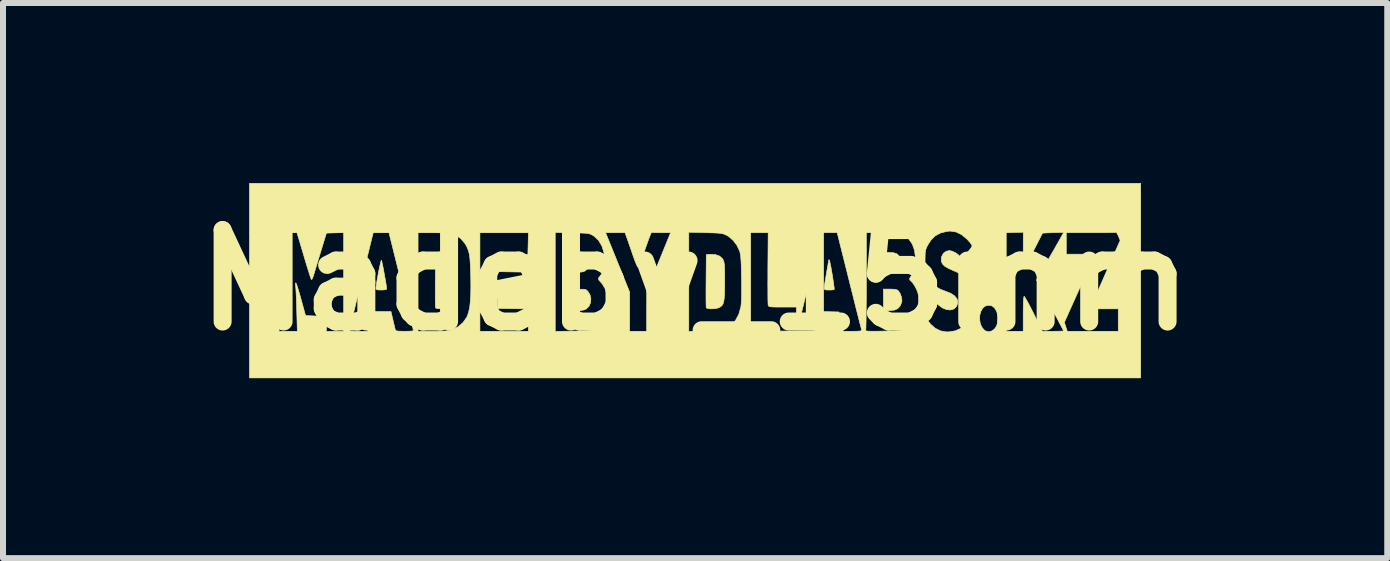
<source format=kicad_pcb>
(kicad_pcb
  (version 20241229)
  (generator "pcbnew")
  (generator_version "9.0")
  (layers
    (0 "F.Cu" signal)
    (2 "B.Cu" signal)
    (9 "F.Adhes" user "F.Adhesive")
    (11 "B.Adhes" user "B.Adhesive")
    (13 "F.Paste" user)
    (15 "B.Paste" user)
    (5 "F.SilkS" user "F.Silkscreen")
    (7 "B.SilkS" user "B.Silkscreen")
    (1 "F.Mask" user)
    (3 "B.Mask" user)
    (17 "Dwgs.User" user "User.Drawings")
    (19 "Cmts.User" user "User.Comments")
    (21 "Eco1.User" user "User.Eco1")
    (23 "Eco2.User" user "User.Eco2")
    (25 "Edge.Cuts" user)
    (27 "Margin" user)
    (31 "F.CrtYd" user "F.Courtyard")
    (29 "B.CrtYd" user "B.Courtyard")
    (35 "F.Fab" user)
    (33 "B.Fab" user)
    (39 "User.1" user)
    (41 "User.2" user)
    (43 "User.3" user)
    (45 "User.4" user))
  (footprint "Madeby_15mm"
    (layer "F.Cu")
    (at 8.534 1.619)
    (property "Reference" "Madeby_15mm" (at 0 0 0) (layer "F.SilkS") (effects (font (size 1.524 1.524) (thickness 0.3))))
    (attr through_hole)
    (fp_poly (pts (xy 3.304 -0.458) (xy 3.359 -0.441) (xy 3.394 -0.411) (xy 3.407 -0.386) (xy 3.419 -0.329) (xy 3.415 -0.264) (xy 3.398 -0.205) (xy 3.376 -0.171) (xy 3.353 -0.151) (xy 3.326 -0.14) (xy 3.286 -0.135) (xy 3.24 -0.134) (xy 3.138 -0.134) (xy 3.138 -0.463) (xy 3.227 -0.463) (xy 3.304 -0.458)) (stroke (width 0.01) (type solid)) (fill yes) (layer "F.SilkS"))
    (fp_poly (pts (xy 3.309 0.151) (xy 3.348 0.156) (xy 3.373 0.166) (xy 3.391 0.182) (xy 3.419 0.226) (xy 3.439 0.282) (xy 3.447 0.337) (xy 3.444 0.363) (xy 3.418 0.429) (xy 3.379 0.473) (xy 3.324 0.498) (xy 3.248 0.508) (xy 3.228 0.508) (xy 3.138 0.508) (xy 3.138 0.149) (xy 3.249 0.149) (xy 3.309 0.151)) (stroke (width 0.01) (type solid)) (fill yes) (layer "F.SilkS"))
    (fp_poly (pts (xy -1.841 0.153) (xy -1.816 0.161) (xy -1.796 0.177) (xy -1.786 0.188) (xy -1.751 0.245) (xy -1.737 0.31) (xy -1.743 0.376) (xy -1.768 0.435) (xy -1.812 0.479) (xy -1.812 0.479) (xy -1.86 0.498) (xy -1.916 0.508) (xy -1.972 0.509) (xy -2.018 0.499) (xy -2.046 0.48) (xy -2.047 0.478) (xy -2.054 0.449) (xy -2.058 0.398) (xy -2.059 0.332) (xy -2.059 0.303) (xy -2.054 0.157) (xy -1.938 0.153) (xy -1.879 0.151) (xy -1.841 0.153)) (stroke (width 0.01) (type solid)) (fill yes) (layer "F.SilkS"))
    (fp_poly (pts (xy -1.875 -0.457) (xy -1.819 -0.437) (xy -1.784 -0.401) (xy -1.766 -0.344) (xy -1.763 -0.29) (xy -1.768 -0.239) (xy -1.785 -0.202) (xy -1.807 -0.178) (xy -1.834 -0.154) (xy -1.862 -0.141) (xy -1.9 -0.135) (xy -1.947 -0.134) (xy -2 -0.135) (xy -2.03 -0.14) (xy -2.045 -0.151) (xy -2.052 -0.168) (xy -2.058 -0.203) (xy -2.061 -0.255) (xy -2.061 -0.315) (xy -2.06 -0.373) (xy -2.057 -0.418) (xy -2.053 -0.44) (xy -2.039 -0.454) (xy -2.007 -0.461) (xy -1.956 -0.463) (xy -1.875 -0.457)) (stroke (width 0.01) (type solid)) (fill yes) (layer "F.SilkS"))
    (fp_poly (pts (xy -5.222 -0.316) (xy -5.213 -0.275) (xy -5.201 -0.218) (xy -5.188 -0.149) (xy -5.175 -0.076) (xy -5.162 -0.004) (xy -5.151 0.061) (xy -5.143 0.113) (xy -5.14 0.144) (xy -5.14 0.148) (xy -5.154 0.158) (xy -5.194 0.163) (xy -5.229 0.164) (xy -5.28 0.163) (xy -5.308 0.157) (xy -5.318 0.146) (xy -5.319 0.139) (xy -5.316 0.108) (xy -5.309 0.058) (xy -5.299 -0.005) (xy -5.286 -0.075) (xy -5.273 -0.147) (xy -5.259 -0.214) (xy -5.246 -0.271) (xy -5.236 -0.313) (xy -5.229 -0.332) (xy -5.228 -0.333) (xy -5.222 -0.316)) (stroke (width 0.01) (type solid)) (fill yes) (layer "F.SilkS"))
    (fp_poly (pts (xy 2.236 -0.339) (xy 2.242 -0.321) (xy 2.251 -0.28) (xy 2.263 -0.222) (xy 2.275 -0.154) (xy 2.288 -0.079) (xy 2.299 -0.006) (xy 2.309 0.06) (xy 2.316 0.113) (xy 2.319 0.147) (xy 2.318 0.157) (xy 2.3 0.161) (xy 2.262 0.164) (xy 2.231 0.164) (xy 2.185 0.163) (xy 2.161 0.158) (xy 2.153 0.144) (xy 2.152 0.13) (xy 2.154 0.103) (xy 2.161 0.053) (xy 2.172 -0.013) (xy 2.185 -0.089) (xy 2.189 -0.113) (xy 2.202 -0.189) (xy 2.214 -0.254) (xy 2.222 -0.304) (xy 2.226 -0.331) (xy 2.226 -0.335) (xy 2.233 -0.341) (xy 2.236 -0.339)) (stroke (width 0.01) (type solid)) (fill yes) (layer "F.SilkS"))
    (fp_poly (pts (xy -4.234 -0.426) (xy -4.178 -0.422) (xy -4.129 -0.414) (xy -4.104 -0.405) (xy -4.078 -0.388) (xy -4.057 -0.366) (xy -4.042 -0.336) (xy -4.032 -0.293) (xy -4.025 -0.235) (xy -4.021 -0.156) (xy -4.019 -0.054) (xy -4.019 0.021) (xy -4.02 0.141) (xy -4.022 0.235) (xy -4.027 0.306) (xy -4.036 0.359) (xy -4.048 0.397) (xy -4.065 0.424) (xy -4.088 0.444) (xy -4.107 0.455) (xy -4.146 0.468) (xy -4.196 0.476) (xy -4.248 0.478) (xy -4.293 0.474) (xy -4.321 0.465) (xy -4.326 0.459) (xy -4.328 0.44) (xy -4.329 0.395) (xy -4.33 0.328) (xy -4.33 0.242) (xy -4.33 0.143) (xy -4.33 0.033) (xy -4.329 0.007) (xy -4.325 -0.426) (xy -4.234 -0.426)) (stroke (width 0.01) (type solid)) (fill yes) (layer "F.SilkS"))
    (fp_poly (pts (xy 0.34 -0.426) (xy 0.409 -0.401) (xy 0.457 -0.358) (xy 0.465 -0.344) (xy 0.475 -0.323) (xy 0.482 -0.298) (xy 0.487 -0.265) (xy 0.49 -0.219) (xy 0.492 -0.155) (xy 0.493 -0.07) (xy 0.493 0.019) (xy 0.492 0.139) (xy 0.49 0.233) (xy 0.485 0.305) (xy 0.477 0.358) (xy 0.465 0.396) (xy 0.448 0.423) (xy 0.425 0.443) (xy 0.405 0.455) (xy 0.366 0.468) (xy 0.316 0.476) (xy 0.264 0.478) (xy 0.219 0.474) (xy 0.191 0.465) (xy 0.186 0.459) (xy 0.184 0.44) (xy 0.183 0.395) (xy 0.182 0.328) (xy 0.182 0.242) (xy 0.182 0.143) (xy 0.183 0.033) (xy 0.183 0.007) (xy 0.187 -0.426) (xy 0.254 -0.43) (xy 0.34 -0.426)) (stroke (width 0.01) (type solid)) (fill yes) (layer "F.SilkS"))
    (fp_poly (pts (xy 7.426 1.629) (xy -7.426 1.629) (xy -7.426 0.854) (xy -2.331 0.854) (xy -2.036 0.849) (xy -1.933 0.847) (xy -1.855 0.844) (xy -1.798 0.841) (xy -1.756 0.837) (xy -1.725 0.83) (xy -1.7 0.821) (xy -1.681 0.812) (xy -1.601 0.756) (xy -1.54 0.682) (xy -1.496 0.587) (xy -1.466 0.469) (xy -1.465 0.458) (xy -1.457 0.346) (xy -1.47 0.238) (xy -1.5 0.141) (xy -1.548 0.061) (xy -1.575 0.031) (xy -1.606 -0.004) (xy -1.611 -0.032) (xy -1.591 -0.06) (xy -1.585 -0.066) (xy -1.553 -0.112) (xy -1.528 -0.18) (xy -1.513 -0.264) (xy -1.509 -0.339) (xy -1.52 -0.463) (xy -1.554 -0.571) (xy -1.608 -0.662) (xy -1.682 -0.732) (xy -1.71 -0.75) (xy -1.733 -0.762) (xy -1.757 -0.771) (xy -1.787 -0.778) (xy -1.827 -0.782) (xy -1.883 -0.785) (xy -1.959 -0.788) (xy -2.051 -0.789) (xy -2.198 -0.792) (xy -1.492 -0.792) (xy -1.291 -0.297) (xy -1.091 0.199) (xy -1.091 0.852) (xy -0.807 0.852) (xy -0.807 0.519) (xy -0.806 0.187) (xy -0.607 -0.303) (xy -0.408 -0.792) (xy -0.562 -0.792) (xy -0.628 -0.792) (xy -0.681 -0.793) (xy -0.716 -0.794) (xy -0.726 -0.796) (xy -0.734 -0.783) (xy -0.749 -0.747) (xy -0.771 -0.69) (xy -0.797 -0.617) (xy -0.827 -0.533) (xy -0.835 -0.509) (xy -0.865 -0.422) (xy -0.894 -0.344) (xy -0.918 -0.281) (xy -0.937 -0.237) (xy -0.948 -0.215) (xy -0.949 -0.214) (xy -0.96 -0.225) (xy -0.977 -0.26) (xy -0.999 -0.312) (xy -1.022 -0.376) (xy -1.023 -0.377) (xy -1.051 -0.459) (xy -1.081 -0.546) (xy -1.109 -0.626) (xy -1.124 -0.669) (xy -1.168 -0.792) (xy -1.492 -0.792) (xy -2.198 -0.792) (xy -2.331 -0.794) (xy -2.331 0.854) (xy -7.426 0.854) (xy -7.426 -0.792) (xy -6.933 -0.792) (xy -6.933 0.852) (xy -6.629 0.852) (xy -6.639 0.497) (xy -6.642 0.394) (xy -6.645 0.299) (xy -6.649 0.216) (xy -6.653 0.15) (xy -6.656 0.106) (xy -6.658 0.093) (xy -6.661 0.061) (xy -6.656 0.045) (xy -6.654 0.045) (xy -6.646 0.059) (xy -6.632 0.097) (xy -6.614 0.155) (xy -6.592 0.229) (xy -6.568 0.313) (xy -6.567 0.318) (xy -6.492 0.59) (xy -6.291 0.599) (xy -6.269 0.52) (xy -6.257 0.475) (xy -6.239 0.41) (xy -6.218 0.333) (xy -6.196 0.251) (xy -6.192 0.239) (xy -6.172 0.166) (xy -6.155 0.104) (xy -6.141 0.058) (xy -6.133 0.034) (xy -6.132 0.031) (xy -6.131 0.044) (xy -6.131 0.083) (xy -6.131 0.144) (xy -6.132 0.224) (xy -6.134 0.319) (xy -6.136 0.425) (xy -6.136 0.439) (xy -6.146 0.852) (xy -5.857 0.852) (xy -5.857 0.837) (xy -5.762 0.837) (xy -5.754 0.845) (xy -5.73 0.849) (xy -5.687 0.851) (xy -5.619 0.852) (xy -5.613 0.852) (xy -5.457 0.852) (xy -5.448 0.795) (xy -5.44 0.752) (xy -5.428 0.692) (xy -5.415 0.631) (xy -5.391 0.523) (xy -5.068 0.523) (xy -5.036 0.661) (xy -5.021 0.724) (xy -5.008 0.779) (xy -4.999 0.816) (xy -4.996 0.826) (xy -4.989 0.838) (xy -4.972 0.845) (xy -4.94 0.85) (xy -4.888 0.851) (xy -4.838 0.852) (xy -4.617 0.852) (xy -4.37 0.852) (xy -4.272 0.851) (xy -4.199 0.849) (xy -4.143 0.845) (xy -4.099 0.839) (xy -4.061 0.829) (xy -4.038 0.822) (xy -3.946 0.775) (xy -3.867 0.705) (xy -3.807 0.62) (xy -3.795 0.595) (xy -3.774 0.532) (xy -3.757 0.454) (xy -3.746 0.359) (xy -3.739 0.243) (xy -3.737 0.103) (xy -3.739 -0.064) (xy -3.739 -0.067) (xy -3.743 -0.193) (xy -3.748 -0.294) (xy -3.754 -0.374) (xy -3.764 -0.438) (xy -3.778 -0.492) (xy -3.796 -0.539) (xy -3.819 -0.584) (xy -3.839 -0.616) (xy -3.905 -0.693) (xy -3.99 -0.75) (xy -4.058 -0.775) (xy -4.092 -0.781) (xy -4.151 -0.786) (xy -4.225 -0.789) (xy -4.311 -0.791) (xy -4.367 -0.792) (xy -4.617 -0.792) (xy -3.586 -0.792) (xy -3.586 0.852) (xy -2.779 0.852) (xy -2.779 0.479) (xy -3.295 0.471) (xy -3.295 0.217) (xy -3.059 0.213) (xy -2.824 0.208) (xy -2.824 -0.134) (xy -3.059 -0.138) (xy -3.295 -0.142) (xy -3.295 -0.411) (xy -3.041 -0.418) (xy -2.787 -0.426) (xy -2.782 -0.609) (xy -2.778 -0.792) (xy -3.586 -0.792) (xy -4.617 -0.792) (xy -4.617 0.852) (xy -4.838 0.852) (xy -4.767 0.851) (xy -4.722 0.848) (xy -4.699 0.842) (xy -4.695 0.833) (xy -4.7 0.815) (xy -4.711 0.771) (xy -4.728 0.704) (xy -4.751 0.615) (xy -4.778 0.509) (xy -4.808 0.386) (xy -4.842 0.251) (xy -4.878 0.106) (xy -4.902 0.011) (xy -5.102 -0.792) (xy -5.363 -0.792) (xy -5.378 -0.736) (xy -5.384 -0.711) (xy -5.397 -0.659) (xy -5.415 -0.585) (xy -5.438 -0.491) (xy -5.466 -0.379) (xy -5.496 -0.254) (xy -5.53 -0.118) (xy -5.565 0.027) (xy -5.573 0.06) (xy -5.608 0.204) (xy -5.642 0.34) (xy -5.672 0.466) (xy -5.7 0.576) (xy -5.723 0.671) (xy -5.741 0.745) (xy -5.754 0.797) (xy -5.761 0.823) (xy -5.761 0.826) (xy -5.762 0.837) (xy -5.857 0.837) (xy -5.857 -0.793) (xy -6.001 -0.789) (xy -6.144 -0.784) (xy -6.24 -0.471) (xy -6.27 -0.373) (xy -6.298 -0.28) (xy -6.323 -0.198) (xy -6.343 -0.131) (xy -6.357 -0.085) (xy -6.359 -0.077) (xy -6.374 -0.036) (xy -6.387 -0.012) (xy -6.394 -0.01) (xy -6.402 -0.028) (xy -6.417 -0.069) (xy -6.436 -0.13) (xy -6.46 -0.205) (xy -6.484 -0.284) (xy -6.512 -0.378) (xy -6.54 -0.473) (xy -6.566 -0.56) (xy -6.587 -0.632) (xy -6.598 -0.669) (xy -6.636 -0.792) (xy -6.933 -0.792) (xy -7.426 -0.792) (xy -7.426 -0.799) (xy -0.105 -0.799) (xy -0.105 0.027) (xy -0.105 0.854) (xy 0.168 0.849) (xy 0.268 0.846) (xy 0.344 0.843) (xy 0.4 0.839) (xy 0.442 0.833) (xy 0.474 0.825) (xy 0.502 0.815) (xy 0.508 0.812) (xy 0.598 0.754) (xy 0.672 0.673) (xy 0.727 0.572) (xy 0.761 0.452) (xy 0.763 0.444) (xy 0.769 0.388) (xy 0.773 0.305) (xy 0.775 0.195) (xy 0.775 0.061) (xy 0.774 -0.032) (xy 0.771 -0.155) (xy 0.769 -0.251) (xy 0.765 -0.326) (xy 0.761 -0.383) (xy 0.756 -0.427) (xy 0.749 -0.461) (xy 0.741 -0.488) (xy 0.696 -0.582) (xy 0.633 -0.664) (xy 0.56 -0.728) (xy 0.53 -0.745) (xy 0.503 -0.759) (xy 0.476 -0.769) (xy 0.445 -0.777) (xy 0.405 -0.782) (xy 0.351 -0.786) (xy 0.278 -0.789) (xy 0.18 -0.792) (xy 0.176 -0.792) (xy 0.926 -0.792) (xy 0.926 0.852) (xy 1.467 0.848) (xy 2.007 0.844) (xy 2.034 0.717) (xy 2.048 0.655) (xy 2.059 0.6) (xy 2.068 0.563) (xy 2.069 0.556) (xy 2.074 0.541) (xy 2.084 0.531) (xy 2.104 0.526) (xy 2.14 0.524) (xy 2.198 0.525) (xy 2.237 0.526) (xy 2.397 0.53) (xy 2.47 0.852) (xy 2.626 0.852) (xy 2.699 0.851) (xy 2.746 0.848) (xy 2.77 0.842) (xy 2.773 0.838) (xy 2.843 0.838) (xy 2.849 0.844) (xy 2.867 0.848) (xy 2.899 0.85) (xy 2.949 0.851) (xy 3.022 0.851) (xy 3.12 0.849) (xy 3.139 0.849) (xy 3.244 0.847) (xy 3.323 0.845) (xy 3.382 0.842) (xy 3.425 0.837) (xy 3.456 0.831) (xy 3.481 0.823) (xy 3.504 0.812) (xy 3.505 0.811) (xy 3.59 0.75) (xy 3.655 0.667) (xy 3.691 0.58) (xy 3.811 0.58) (xy 3.849 0.637) (xy 3.925 0.734) (xy 4.004 0.803) (xy 4.089 0.845) (xy 4.184 0.862) (xy 4.238 0.861) (xy 4.333 0.845) (xy 4.408 0.813) (xy 4.502 0.747) (xy 4.572 0.663) (xy 4.574 0.659) (xy 4.742 0.659) (xy 4.755 0.731) (xy 4.782 0.789) (xy 4.825 0.838) (xy 4.877 0.859) (xy 4.933 0.852) (xy 4.987 0.818) (xy 5.024 0.764) (xy 5.044 0.694) (xy 5.047 0.615) (xy 5.031 0.537) (xy 5.021 0.513) (xy 4.987 0.458) (xy 4.945 0.428) (xy 4.887 0.418) (xy 4.886 0.418) (xy 4.834 0.432) (xy 4.792 0.468) (xy 4.762 0.522) (xy 4.744 0.587) (xy 4.742 0.659) (xy 4.574 0.659) (xy 4.621 0.561) (xy 4.646 0.44) (xy 4.652 0.351) (xy 4.645 0.222) (xy 4.622 0.116) (xy 4.581 0.029) (xy 4.518 -0.042) (xy 4.431 -0.102) (xy 4.318 -0.154) (xy 4.315 -0.155) (xy 4.224 -0.195) (xy 4.16 -0.232) (xy 4.121 -0.272) (xy 4.103 -0.316) (xy 4.104 -0.369) (xy 4.11 -0.395) (xy 4.139 -0.448) (xy 4.186 -0.482) (xy 4.237 -0.493) (xy 4.284 -0.483) (xy 4.339 -0.457) (xy 4.388 -0.423) (xy 4.416 -0.393) (xy 4.438 -0.359) (xy 4.527 -0.452) (xy 4.568 -0.497) (xy 4.598 -0.537) (xy 4.615 -0.565) (xy 4.616 -0.571) (xy 4.607 -0.593) (xy 4.58 -0.629) (xy 4.542 -0.672) (xy 4.531 -0.684) (xy 4.442 -0.758) (xy 4.376 -0.79) (xy 5.185 -0.79) (xy 5.185 0.852) (xy 5.468 0.852) (xy 5.468 0.56) (xy 5.469 0.452) (xy 5.471 0.367) (xy 5.475 0.307) (xy 5.48 0.275) (xy 5.483 0.269) (xy 5.494 0.282) (xy 5.516 0.318) (xy 5.547 0.372) (xy 5.584 0.443) (xy 5.626 0.524) (xy 5.644 0.56) (xy 5.789 0.852) (xy 5.965 0.852) (xy 6.034 0.851) (xy 6.09 0.85) (xy 6.127 0.848) (xy 6.141 0.845) (xy 6.134 0.831) (xy 6.115 0.794) (xy 6.085 0.737) (xy 6.067 0.703) (xy 6.154 0.703) (xy 6.178 0.777) (xy 6.203 0.852) (xy 7.052 0.852) (xy 7.052 0.478) (xy 6.821 0.478) (xy 6.741 0.478) (xy 6.674 0.476) (xy 6.623 0.474) (xy 6.594 0.471) (xy 6.589 0.469) (xy 6.595 0.454) (xy 6.612 0.414) (xy 6.638 0.353) (xy 6.672 0.273) (xy 6.714 0.178) (xy 6.761 0.07) (xy 6.813 -0.048) (xy 6.836 -0.101) (xy 7.084 -0.663) (xy 7.056 -0.731) (xy 7.038 -0.769) (xy 7.023 -0.792) (xy 7.018 -0.796) (xy 7 -0.795) (xy 6.958 -0.794) (xy 6.893 -0.793) (xy 6.81 -0.792) (xy 6.712 -0.792) (xy 6.605 -0.792) (xy 6.597 -0.792) (xy 6.186 -0.792) (xy 6.186 -0.433) (xy 6.417 -0.433) (xy 6.51 -0.433) (xy 6.577 -0.431) (xy 6.62 -0.427) (xy 6.643 -0.421) (xy 6.649 -0.415) (xy 6.643 -0.397) (xy 6.626 -0.356) (xy 6.599 -0.293) (xy 6.564 -0.212) (xy 6.522 -0.116) (xy 6.474 -0.008) (xy 6.421 0.11) (xy 6.401 0.153) (xy 6.154 0.703) (xy 6.067 0.703) (xy 6.046 0.662) (xy 5.999 0.575) (xy 5.947 0.477) (xy 5.915 0.418) (xy 5.69 -0.002) (xy 5.915 -0.395) (xy 5.972 -0.493) (xy 6.023 -0.583) (xy 6.067 -0.66) (xy 6.102 -0.723) (xy 6.127 -0.768) (xy 6.14 -0.791) (xy 6.141 -0.793) (xy 6.127 -0.795) (xy 6.089 -0.795) (xy 6.033 -0.794) (xy 5.965 -0.792) (xy 5.79 -0.784) (xy 5.647 -0.504) (xy 5.603 -0.419) (xy 5.563 -0.343) (xy 5.529 -0.28) (xy 5.504 -0.234) (xy 5.488 -0.209) (xy 5.486 -0.206) (xy 5.48 -0.206) (xy 5.475 -0.224) (xy 5.472 -0.26) (xy 5.47 -0.319) (xy 5.469 -0.402) (xy 5.469 -0.494) (xy 5.469 -0.799) (xy 5.327 -0.795) (xy 5.185 -0.79) (xy 4.376 -0.79) (xy 4.349 -0.803) (xy 4.253 -0.818) (xy 4.202 -0.814) (xy 4.093 -0.787) (xy 4.004 -0.74) (xy 3.932 -0.669) (xy 3.883 -0.594) (xy 3.861 -0.552) (xy 3.847 -0.518) (xy 3.838 -0.484) (xy 3.834 -0.441) (xy 3.833 -0.381) (xy 3.832 -0.328) (xy 3.833 -0.253) (xy 3.835 -0.199) (xy 3.841 -0.158) (xy 3.852 -0.121) (xy 3.869 -0.082) (xy 3.882 -0.056) (xy 3.937 0.034) (xy 4.004 0.103) (xy 4.09 0.153) (xy 4.169 0.183) (xy 4.26 0.219) (xy 4.326 0.263) (xy 4.366 0.313) (xy 4.379 0.368) (xy 4.363 0.425) (xy 4.354 0.441) (xy 4.312 0.481) (xy 4.256 0.497) (xy 4.191 0.491) (xy 4.121 0.462) (xy 4.057 0.415) (xy 4.021 0.385) (xy 3.994 0.364) (xy 3.985 0.359) (xy 3.974 0.37) (xy 3.949 0.4) (xy 3.915 0.443) (xy 3.895 0.469) (xy 3.811 0.58) (xy 3.691 0.58) (xy 3.699 0.563) (xy 3.722 0.439) (xy 3.725 0.366) (xy 3.725 0.295) (xy 3.72 0.243) (xy 3.709 0.199) (xy 3.69 0.152) (xy 3.687 0.147) (xy 3.66 0.095) (xy 3.629 0.05) (xy 3.61 0.028) (xy 3.581 -0.000331) (xy 3.574 -0.024) (xy 3.588 -0.052) (xy 3.608 -0.077) (xy 3.644 -0.136) (xy 3.666 -0.21) (xy 3.674 -0.305) (xy 3.673 -0.375) (xy 3.656 -0.5) (xy 3.619 -0.603) (xy 3.561 -0.685) (xy 3.482 -0.745) (xy 3.425 -0.771) (xy 3.384 -0.78) (xy 3.317 -0.786) (xy 3.223 -0.79) (xy 3.111 -0.791) (xy 2.854 -0.792) (xy 2.854 0.006) (xy 2.854 0.159) (xy 2.853 0.302) (xy 2.852 0.434) (xy 2.851 0.552) (xy 2.85 0.653) (xy 2.848 0.734) (xy 2.847 0.792) (xy 2.845 0.824) (xy 2.844 0.829) (xy 2.843 0.838) (xy 2.773 0.838) (xy 2.776 0.834) (xy 2.776 0.833) (xy 2.771 0.815) (xy 2.76 0.771) (xy 2.742 0.704) (xy 2.72 0.615) (xy 2.693 0.509) (xy 2.662 0.386) (xy 2.629 0.251) (xy 2.592 0.106) (xy 2.569 0.012) (xy 2.368 -0.791) (xy 2.234 -0.792) (xy 2.099 -0.792) (xy 1.906 0.004) (xy 1.87 0.153) (xy 1.835 0.294) (xy 1.803 0.424) (xy 1.774 0.539) (xy 1.749 0.638) (xy 1.728 0.717) (xy 1.713 0.775) (xy 1.703 0.807) (xy 1.701 0.814) (xy 1.696 0.805) (xy 1.692 0.772) (xy 1.69 0.719) (xy 1.688 0.651) (xy 1.688 0.638) (xy 1.688 0.448) (xy 1.457 0.448) (xy 1.369 0.448) (xy 1.307 0.447) (xy 1.265 0.445) (xy 1.24 0.441) (xy 1.227 0.434) (xy 1.22 0.424) (xy 1.217 0.415) (xy 1.216 0.393) (xy 1.214 0.344) (xy 1.213 0.273) (xy 1.213 0.182) (xy 1.212 0.074) (xy 1.213 -0.045) (xy 1.213 -0.174) (xy 1.213 -0.205) (xy 1.218 -0.792) (xy 1.072 -0.792) (xy 0.926 -0.792) (xy 0.176 -0.792) (xy -0.105 -0.799) (xy -7.426 -0.799) (xy -7.426 -1.614) (xy 7.426 -1.614) (xy 7.426 1.629)) (stroke (width 0.01) (type solid)) (fill yes) (layer "F.SilkS")))
  (gr_rect
    (start -3 -3)
    (end 20.069 6.252)
    (stroke (width 0.1) (type default))
    (fill no)
    (layer "Edge.Cuts")))
</source>
